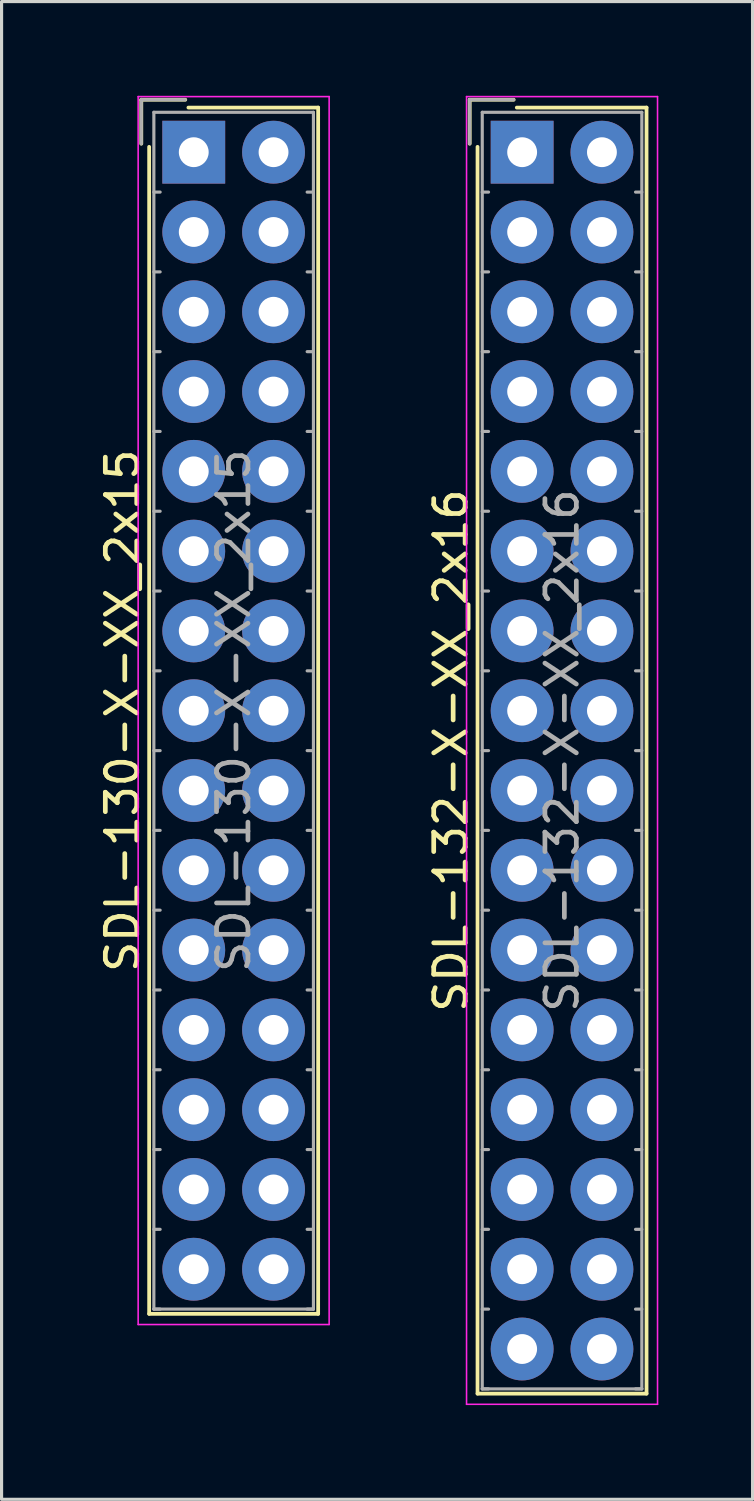
<source format=kicad_pcb>
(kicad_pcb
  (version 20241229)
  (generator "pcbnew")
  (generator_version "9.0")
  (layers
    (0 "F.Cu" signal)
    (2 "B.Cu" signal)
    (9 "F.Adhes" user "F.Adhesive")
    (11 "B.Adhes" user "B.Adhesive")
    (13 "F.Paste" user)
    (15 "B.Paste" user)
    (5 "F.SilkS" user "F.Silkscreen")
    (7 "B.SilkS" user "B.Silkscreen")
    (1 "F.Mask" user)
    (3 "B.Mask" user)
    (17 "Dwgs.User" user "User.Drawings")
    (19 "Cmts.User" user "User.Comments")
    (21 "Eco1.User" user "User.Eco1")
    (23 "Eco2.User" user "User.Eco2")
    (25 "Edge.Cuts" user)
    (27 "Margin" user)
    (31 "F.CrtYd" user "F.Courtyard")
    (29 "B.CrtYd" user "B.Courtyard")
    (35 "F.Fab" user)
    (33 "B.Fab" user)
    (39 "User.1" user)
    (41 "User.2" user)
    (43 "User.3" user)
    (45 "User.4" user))
  (footprint "SDL-130-X-XX_2x15"
    (layer "F.Cu")
    (at 3.118 1.795)
    (property "Reference" "SDL-130-X-XX_2x15" (at -2.27 17.78 90) (layer "F.SilkS") (effects (font (size 1 1) (thickness 0.15))))
    (attr through_hole)
    (fp_line (start -1.67 -1.67) (end -1.67 -0.27) (stroke (width 0.12) (type solid)) (layer "F.SilkS"))
    (fp_line (start -1.42 36.98) (end -1.42 -0.17) (stroke (width 0.12) (type solid)) (layer "F.SilkS"))
    (fp_line (start -0.27 -1.67) (end -1.67 -1.67) (stroke (width 0.12) (type solid)) (layer "F.SilkS"))
    (fp_line (start -0.17 -1.42) (end 3.96 -1.42) (stroke (width 0.12) (type solid)) (layer "F.SilkS"))
    (fp_line (start 3.96 -1.42) (end 3.96 36.98) (stroke (width 0.12) (type solid)) (layer "F.SilkS"))
    (fp_line (start 3.96 36.98) (end -1.42 36.98) (stroke (width 0.12) (type solid)) (layer "F.SilkS"))
    (fp_line (start -1.77 -1.77) (end -1.77 37.32) (stroke (width 0.05) (type solid)) (layer "F.CrtYd"))
    (fp_line (start -1.77 37.32) (end 4.31 37.32) (stroke (width 0.05) (type solid)) (layer "F.CrtYd"))
    (fp_line (start 4.31 -1.77) (end -1.77 -1.77) (stroke (width 0.05) (type solid)) (layer "F.CrtYd"))
    (fp_line (start 4.31 37.32) (end 4.31 -1.77) (stroke (width 0.05) (type solid)) (layer "F.CrtYd"))
    (fp_line (start -1.67 -1.67) (end -1.67 -0.27) (stroke (width 0.1) (type solid)) (layer "F.Fab"))
    (fp_line (start -1.27 -1.27) (end -1.27 36.83) (stroke (width 0.1) (type solid)) (layer "F.Fab"))
    (fp_line (start -1.27 1.27) (end -1.07 1.27) (stroke (width 0.1) (type solid)) (layer "F.Fab"))
    (fp_line (start -1.27 3.81) (end -1.07 3.81) (stroke (width 0.1) (type solid)) (layer "F.Fab"))
    (fp_line (start -1.27 6.35) (end -1.07 6.35) (stroke (width 0.1) (type solid)) (layer "F.Fab"))
    (fp_line (start -1.27 8.89) (end -1.07 8.89) (stroke (width 0.1) (type solid)) (layer "F.Fab"))
    (fp_line (start -1.27 11.43) (end -1.07 11.43) (stroke (width 0.1) (type solid)) (layer "F.Fab"))
    (fp_line (start -1.27 13.97) (end -1.07 13.97) (stroke (width 0.1) (type solid)) (layer "F.Fab"))
    (fp_line (start -1.27 16.51) (end -1.07 16.51) (stroke (width 0.1) (type solid)) (layer "F.Fab"))
    (fp_line (start -1.27 19.05) (end -1.07 19.05) (stroke (width 0.1) (type solid)) (layer "F.Fab"))
    (fp_line (start -1.27 21.59) (end -1.07 21.59) (stroke (width 0.1) (type solid)) (layer "F.Fab"))
    (fp_line (start -1.27 24.13) (end -1.07 24.13) (stroke (width 0.1) (type solid)) (layer "F.Fab"))
    (fp_line (start -1.27 26.67) (end -1.07 26.67) (stroke (width 0.1) (type solid)) (layer "F.Fab"))
    (fp_line (start -1.27 29.21) (end -1.07 29.21) (stroke (width 0.1) (type solid)) (layer "F.Fab"))
    (fp_line (start -1.27 31.75) (end -1.07 31.75) (stroke (width 0.1) (type solid)) (layer "F.Fab"))
    (fp_line (start -1.27 34.29) (end -1.07 34.29) (stroke (width 0.1) (type solid)) (layer "F.Fab"))
    (fp_line (start -1.27 36.83) (end -1.07 36.83) (stroke (width 0.1) (type solid)) (layer "F.Fab"))
    (fp_line (start -1.27 36.83) (end 3.81 36.83) (stroke (width 0.1) (type solid)) (layer "F.Fab"))
    (fp_line (start -0.27 -1.67) (end -1.67 -1.67) (stroke (width 0.1) (type solid)) (layer "F.Fab"))
    (fp_line (start 3.81 -1.27) (end -1.27 -1.27) (stroke (width 0.1) (type solid)) (layer "F.Fab"))
    (fp_line (start 3.81 1.27) (end 3.61 1.27) (stroke (width 0.1) (type solid)) (layer "F.Fab"))
    (fp_line (start 3.81 3.81) (end 3.61 3.81) (stroke (width 0.1) (type solid)) (layer "F.Fab"))
    (fp_line (start 3.81 6.35) (end 3.61 6.35) (stroke (width 0.1) (type solid)) (layer "F.Fab"))
    (fp_line (start 3.81 8.89) (end 3.61 8.89) (stroke (width 0.1) (type solid)) (layer "F.Fab"))
    (fp_line (start 3.81 11.43) (end 3.61 11.43) (stroke (width 0.1) (type solid)) (layer "F.Fab"))
    (fp_line (start 3.81 13.97) (end 3.61 13.97) (stroke (width 0.1) (type solid)) (layer "F.Fab"))
    (fp_line (start 3.81 16.51) (end 3.61 16.51) (stroke (width 0.1) (type solid)) (layer "F.Fab"))
    (fp_line (start 3.81 19.05) (end 3.61 19.05) (stroke (width 0.1) (type solid)) (layer "F.Fab"))
    (fp_line (start 3.81 21.59) (end 3.61 21.59) (stroke (width 0.1) (type solid)) (layer "F.Fab"))
    (fp_line (start 3.81 24.13) (end 3.61 24.13) (stroke (width 0.1) (type solid)) (layer "F.Fab"))
    (fp_line (start 3.81 26.67) (end 3.61 26.67) (stroke (width 0.1) (type solid)) (layer "F.Fab"))
    (fp_line (start 3.81 29.21) (end 3.61 29.21) (stroke (width 0.1) (type solid)) (layer "F.Fab"))
    (fp_line (start 3.81 31.75) (end 3.61 31.75) (stroke (width 0.1) (type solid)) (layer "F.Fab"))
    (fp_line (start 3.81 34.29) (end 3.61 34.29) (stroke (width 0.1) (type solid)) (layer "F.Fab"))
    (fp_line (start 3.81 36.83) (end 3.61 36.83) (stroke (width 0.1) (type solid)) (layer "F.Fab"))
    (fp_line (start 3.81 36.83) (end 3.81 -1.27) (stroke (width 0.1) (type solid)) (layer "F.Fab"))
    (fp_text user "${REFERENCE}" (at 1.27 17.78 90) (layer "F.Fab") (effects (font (size 1 1) (thickness 0.15))))
    (pad "1" thru_hole rect (at 0 0) (size 2 2) (drill 0.95) (layers "*.Cu" "*.Mask"))
    (pad "2" thru_hole circle (at 2.54 0) (size 2 2) (drill 0.95) (layers "*.Cu" "*.Mask"))
    (pad "3" thru_hole circle (at 0 2.54) (size 2 2) (drill 0.95) (layers "*.Cu" "*.Mask"))
    (pad "4" thru_hole circle (at 2.54 2.54) (size 2 2) (drill 0.95) (layers "*.Cu" "*.Mask"))
    (pad "5" thru_hole circle (at 0 5.08) (size 2 2) (drill 0.95) (layers "*.Cu" "*.Mask"))
    (pad "6" thru_hole circle (at 2.54 5.08) (size 2 2) (drill 0.95) (layers "*.Cu" "*.Mask"))
    (pad "7" thru_hole circle (at 0 7.62) (size 2 2) (drill 0.95) (layers "*.Cu" "*.Mask"))
    (pad "8" thru_hole circle (at 2.54 7.62) (size 2 2) (drill 0.95) (layers "*.Cu" "*.Mask"))
    (pad "9" thru_hole circle (at 0 10.16) (size 2 2) (drill 0.95) (layers "*.Cu" "*.Mask"))
    (pad "10" thru_hole circle (at 2.54 10.16) (size 2 2) (drill 0.95) (layers "*.Cu" "*.Mask"))
    (pad "11" thru_hole circle (at 0 12.7) (size 2 2) (drill 0.95) (layers "*.Cu" "*.Mask"))
    (pad "12" thru_hole circle (at 2.54 12.7) (size 2 2) (drill 0.95) (layers "*.Cu" "*.Mask"))
    (pad "13" thru_hole circle (at 0 15.24) (size 2 2) (drill 0.95) (layers "*.Cu" "*.Mask"))
    (pad "14" thru_hole circle (at 2.54 15.24) (size 2 2) (drill 0.95) (layers "*.Cu" "*.Mask"))
    (pad "15" thru_hole circle (at 0 17.78) (size 2 2) (drill 0.95) (layers "*.Cu" "*.Mask"))
    (pad "16" thru_hole circle (at 2.54 17.78) (size 2 2) (drill 0.95) (layers "*.Cu" "*.Mask"))
    (pad "17" thru_hole circle (at 0 20.32) (size 2 2) (drill 0.95) (layers "*.Cu" "*.Mask"))
    (pad "18" thru_hole circle (at 2.54 20.32) (size 2 2) (drill 0.95) (layers "*.Cu" "*.Mask"))
    (pad "19" thru_hole circle (at 0 22.86) (size 2 2) (drill 0.95) (layers "*.Cu" "*.Mask"))
    (pad "20" thru_hole circle (at 2.54 22.86) (size 2 2) (drill 0.95) (layers "*.Cu" "*.Mask"))
    (pad "21" thru_hole circle (at 0 25.4) (size 2 2) (drill 0.95) (layers "*.Cu" "*.Mask"))
    (pad "22" thru_hole circle (at 2.54 25.4) (size 2 2) (drill 0.95) (layers "*.Cu" "*.Mask"))
    (pad "23" thru_hole circle (at 0 27.94) (size 2 2) (drill 0.95) (layers "*.Cu" "*.Mask"))
    (pad "24" thru_hole circle (at 2.54 27.94) (size 2 2) (drill 0.95) (layers "*.Cu" "*.Mask"))
    (pad "25" thru_hole circle (at 0 30.48) (size 2 2) (drill 0.95) (layers "*.Cu" "*.Mask"))
    (pad "26" thru_hole circle (at 2.54 30.48) (size 2 2) (drill 0.95) (layers "*.Cu" "*.Mask"))
    (pad "27" thru_hole circle (at 0 33.02) (size 2 2) (drill 0.95) (layers "*.Cu" "*.Mask"))
    (pad "28" thru_hole circle (at 2.54 33.02) (size 2 2) (drill 0.95) (layers "*.Cu" "*.Mask"))
    (pad "29" thru_hole circle (at 0 35.56) (size 2 2) (drill 0.95) (layers "*.Cu" "*.Mask"))
    (pad "30" thru_hole circle (at 2.54 35.56) (size 2 2) (drill 0.95) (layers "*.Cu" "*.Mask")))
  (footprint "SDL-132-X-XX_2x16"
    (layer "F.Cu")
    (at 13.572 1.795)
    (property "Reference" "SDL-132-X-XX_2x16" (at -2.27 19.05 90) (layer "F.SilkS") (effects (font (size 1 1) (thickness 0.15))))
    (attr through_hole)
    (fp_line (start -1.67 -1.67) (end -1.67 -0.27) (stroke (width 0.12) (type solid)) (layer "F.SilkS"))
    (fp_line (start -1.42 39.52) (end -1.42 -0.17) (stroke (width 0.12) (type solid)) (layer "F.SilkS"))
    (fp_line (start -0.27 -1.67) (end -1.67 -1.67) (stroke (width 0.12) (type solid)) (layer "F.SilkS"))
    (fp_line (start -0.17 -1.42) (end 3.96 -1.42) (stroke (width 0.12) (type solid)) (layer "F.SilkS"))
    (fp_line (start 3.96 -1.42) (end 3.96 39.52) (stroke (width 0.12) (type solid)) (layer "F.SilkS"))
    (fp_line (start 3.96 39.52) (end -1.42 39.52) (stroke (width 0.12) (type solid)) (layer "F.SilkS"))
    (fp_line (start -1.77 -1.77) (end -1.77 39.86) (stroke (width 0.05) (type solid)) (layer "F.CrtYd"))
    (fp_line (start -1.77 39.86) (end 4.31 39.86) (stroke (width 0.05) (type solid)) (layer "F.CrtYd"))
    (fp_line (start 4.31 -1.77) (end -1.77 -1.77) (stroke (width 0.05) (type solid)) (layer "F.CrtYd"))
    (fp_line (start 4.31 39.86) (end 4.31 -1.77) (stroke (width 0.05) (type solid)) (layer "F.CrtYd"))
    (fp_line (start -1.67 -1.67) (end -1.67 -0.27) (stroke (width 0.1) (type solid)) (layer "F.Fab"))
    (fp_line (start -1.27 -1.27) (end -1.27 39.37) (stroke (width 0.1) (type solid)) (layer "F.Fab"))
    (fp_line (start -1.27 1.27) (end -1.07 1.27) (stroke (width 0.1) (type solid)) (layer "F.Fab"))
    (fp_line (start -1.27 3.81) (end -1.07 3.81) (stroke (width 0.1) (type solid)) (layer "F.Fab"))
    (fp_line (start -1.27 6.35) (end -1.07 6.35) (stroke (width 0.1) (type solid)) (layer "F.Fab"))
    (fp_line (start -1.27 8.89) (end -1.07 8.89) (stroke (width 0.1) (type solid)) (layer "F.Fab"))
    (fp_line (start -1.27 11.43) (end -1.07 11.43) (stroke (width 0.1) (type solid)) (layer "F.Fab"))
    (fp_line (start -1.27 13.97) (end -1.07 13.97) (stroke (width 0.1) (type solid)) (layer "F.Fab"))
    (fp_line (start -1.27 16.51) (end -1.07 16.51) (stroke (width 0.1) (type solid)) (layer "F.Fab"))
    (fp_line (start -1.27 19.05) (end -1.07 19.05) (stroke (width 0.1) (type solid)) (layer "F.Fab"))
    (fp_line (start -1.27 21.59) (end -1.07 21.59) (stroke (width 0.1) (type solid)) (layer "F.Fab"))
    (fp_line (start -1.27 24.13) (end -1.07 24.13) (stroke (width 0.1) (type solid)) (layer "F.Fab"))
    (fp_line (start -1.27 26.67) (end -1.07 26.67) (stroke (width 0.1) (type solid)) (layer "F.Fab"))
    (fp_line (start -1.27 29.21) (end -1.07 29.21) (stroke (width 0.1) (type solid)) (layer "F.Fab"))
    (fp_line (start -1.27 31.75) (end -1.07 31.75) (stroke (width 0.1) (type solid)) (layer "F.Fab"))
    (fp_line (start -1.27 34.29) (end -1.07 34.29) (stroke (width 0.1) (type solid)) (layer "F.Fab"))
    (fp_line (start -1.27 36.83) (end -1.07 36.83) (stroke (width 0.1) (type solid)) (layer "F.Fab"))
    (fp_line (start -1.27 39.37) (end -1.07 39.37) (stroke (width 0.1) (type solid)) (layer "F.Fab"))
    (fp_line (start -1.27 39.37) (end 3.81 39.37) (stroke (width 0.1) (type solid)) (layer "F.Fab"))
    (fp_line (start -0.27 -1.67) (end -1.67 -1.67) (stroke (width 0.1) (type solid)) (layer "F.Fab"))
    (fp_line (start 3.81 -1.27) (end -1.27 -1.27) (stroke (width 0.1) (type solid)) (layer "F.Fab"))
    (fp_line (start 3.81 1.27) (end 3.61 1.27) (stroke (width 0.1) (type solid)) (layer "F.Fab"))
    (fp_line (start 3.81 3.81) (end 3.61 3.81) (stroke (width 0.1) (type solid)) (layer "F.Fab"))
    (fp_line (start 3.81 6.35) (end 3.61 6.35) (stroke (width 0.1) (type solid)) (layer "F.Fab"))
    (fp_line (start 3.81 8.89) (end 3.61 8.89) (stroke (width 0.1) (type solid)) (layer "F.Fab"))
    (fp_line (start 3.81 11.43) (end 3.61 11.43) (stroke (width 0.1) (type solid)) (layer "F.Fab"))
    (fp_line (start 3.81 13.97) (end 3.61 13.97) (stroke (width 0.1) (type solid)) (layer "F.Fab"))
    (fp_line (start 3.81 16.51) (end 3.61 16.51) (stroke (width 0.1) (type solid)) (layer "F.Fab"))
    (fp_line (start 3.81 19.05) (end 3.61 19.05) (stroke (width 0.1) (type solid)) (layer "F.Fab"))
    (fp_line (start 3.81 21.59) (end 3.61 21.59) (stroke (width 0.1) (type solid)) (layer "F.Fab"))
    (fp_line (start 3.81 24.13) (end 3.61 24.13) (stroke (width 0.1) (type solid)) (layer "F.Fab"))
    (fp_line (start 3.81 26.67) (end 3.61 26.67) (stroke (width 0.1) (type solid)) (layer "F.Fab"))
    (fp_line (start 3.81 29.21) (end 3.61 29.21) (stroke (width 0.1) (type solid)) (layer "F.Fab"))
    (fp_line (start 3.81 31.75) (end 3.61 31.75) (stroke (width 0.1) (type solid)) (layer "F.Fab"))
    (fp_line (start 3.81 34.29) (end 3.61 34.29) (stroke (width 0.1) (type solid)) (layer "F.Fab"))
    (fp_line (start 3.81 36.83) (end 3.61 36.83) (stroke (width 0.1) (type solid)) (layer "F.Fab"))
    (fp_line (start 3.81 39.37) (end 3.61 39.37) (stroke (width 0.1) (type solid)) (layer "F.Fab"))
    (fp_line (start 3.81 39.37) (end 3.81 -1.27) (stroke (width 0.1) (type solid)) (layer "F.Fab"))
    (fp_text user "${REFERENCE}" (at 1.27 19.05 90) (layer "F.Fab") (effects (font (size 1 1) (thickness 0.15))))
    (pad "1" thru_hole rect (at 0 0) (size 2 2) (drill 0.95) (layers "*.Cu" "*.Mask"))
    (pad "2" thru_hole circle (at 2.54 0) (size 2 2) (drill 0.95) (layers "*.Cu" "*.Mask"))
    (pad "3" thru_hole circle (at 0 2.54) (size 2 2) (drill 0.95) (layers "*.Cu" "*.Mask"))
    (pad "4" thru_hole circle (at 2.54 2.54) (size 2 2) (drill 0.95) (layers "*.Cu" "*.Mask"))
    (pad "5" thru_hole circle (at 0 5.08) (size 2 2) (drill 0.95) (layers "*.Cu" "*.Mask"))
    (pad "6" thru_hole circle (at 2.54 5.08) (size 2 2) (drill 0.95) (layers "*.Cu" "*.Mask"))
    (pad "7" thru_hole circle (at 0 7.62) (size 2 2) (drill 0.95) (layers "*.Cu" "*.Mask"))
    (pad "8" thru_hole circle (at 2.54 7.62) (size 2 2) (drill 0.95) (layers "*.Cu" "*.Mask"))
    (pad "9" thru_hole circle (at 0 10.16) (size 2 2) (drill 0.95) (layers "*.Cu" "*.Mask"))
    (pad "10" thru_hole circle (at 2.54 10.16) (size 2 2) (drill 0.95) (layers "*.Cu" "*.Mask"))
    (pad "11" thru_hole circle (at 0 12.7) (size 2 2) (drill 0.95) (layers "*.Cu" "*.Mask"))
    (pad "12" thru_hole circle (at 2.54 12.7) (size 2 2) (drill 0.95) (layers "*.Cu" "*.Mask"))
    (pad "13" thru_hole circle (at 0 15.24) (size 2 2) (drill 0.95) (layers "*.Cu" "*.Mask"))
    (pad "14" thru_hole circle (at 2.54 15.24) (size 2 2) (drill 0.95) (layers "*.Cu" "*.Mask"))
    (pad "15" thru_hole circle (at 0 17.78) (size 2 2) (drill 0.95) (layers "*.Cu" "*.Mask"))
    (pad "16" thru_hole circle (at 2.54 17.78) (size 2 2) (drill 0.95) (layers "*.Cu" "*.Mask"))
    (pad "17" thru_hole circle (at 0 20.32) (size 2 2) (drill 0.95) (layers "*.Cu" "*.Mask"))
    (pad "18" thru_hole circle (at 2.54 20.32) (size 2 2) (drill 0.95) (layers "*.Cu" "*.Mask"))
    (pad "19" thru_hole circle (at 0 22.86) (size 2 2) (drill 0.95) (layers "*.Cu" "*.Mask"))
    (pad "20" thru_hole circle (at 2.54 22.86) (size 2 2) (drill 0.95) (layers "*.Cu" "*.Mask"))
    (pad "21" thru_hole circle (at 0 25.4) (size 2 2) (drill 0.95) (layers "*.Cu" "*.Mask"))
    (pad "22" thru_hole circle (at 2.54 25.4) (size 2 2) (drill 0.95) (layers "*.Cu" "*.Mask"))
    (pad "23" thru_hole circle (at 0 27.94) (size 2 2) (drill 0.95) (layers "*.Cu" "*.Mask"))
    (pad "24" thru_hole circle (at 2.54 27.94) (size 2 2) (drill 0.95) (layers "*.Cu" "*.Mask"))
    (pad "25" thru_hole circle (at 0 30.48) (size 2 2) (drill 0.95) (layers "*.Cu" "*.Mask"))
    (pad "26" thru_hole circle (at 2.54 30.48) (size 2 2) (drill 0.95) (layers "*.Cu" "*.Mask"))
    (pad "27" thru_hole circle (at 0 33.02) (size 2 2) (drill 0.95) (layers "*.Cu" "*.Mask"))
    (pad "28" thru_hole circle (at 2.54 33.02) (size 2 2) (drill 0.95) (layers "*.Cu" "*.Mask"))
    (pad "29" thru_hole circle (at 0 35.56) (size 2 2) (drill 0.95) (layers "*.Cu" "*.Mask"))
    (pad "30" thru_hole circle (at 2.54 35.56) (size 2 2) (drill 0.95) (layers "*.Cu" "*.Mask"))
    (pad "31" thru_hole circle (at 0 38.1) (size 2 2) (drill 0.95) (layers "*.Cu" "*.Mask"))
    (pad "32" thru_hole circle (at 2.54 38.1) (size 2 2) (drill 0.95) (layers "*.Cu" "*.Mask")))
  (gr_rect
    (start -3 -3)
    (end 20.907 44.68)
    (stroke (width 0.1) (type default))
    (fill no)
    (layer "Edge.Cuts")))
</source>
